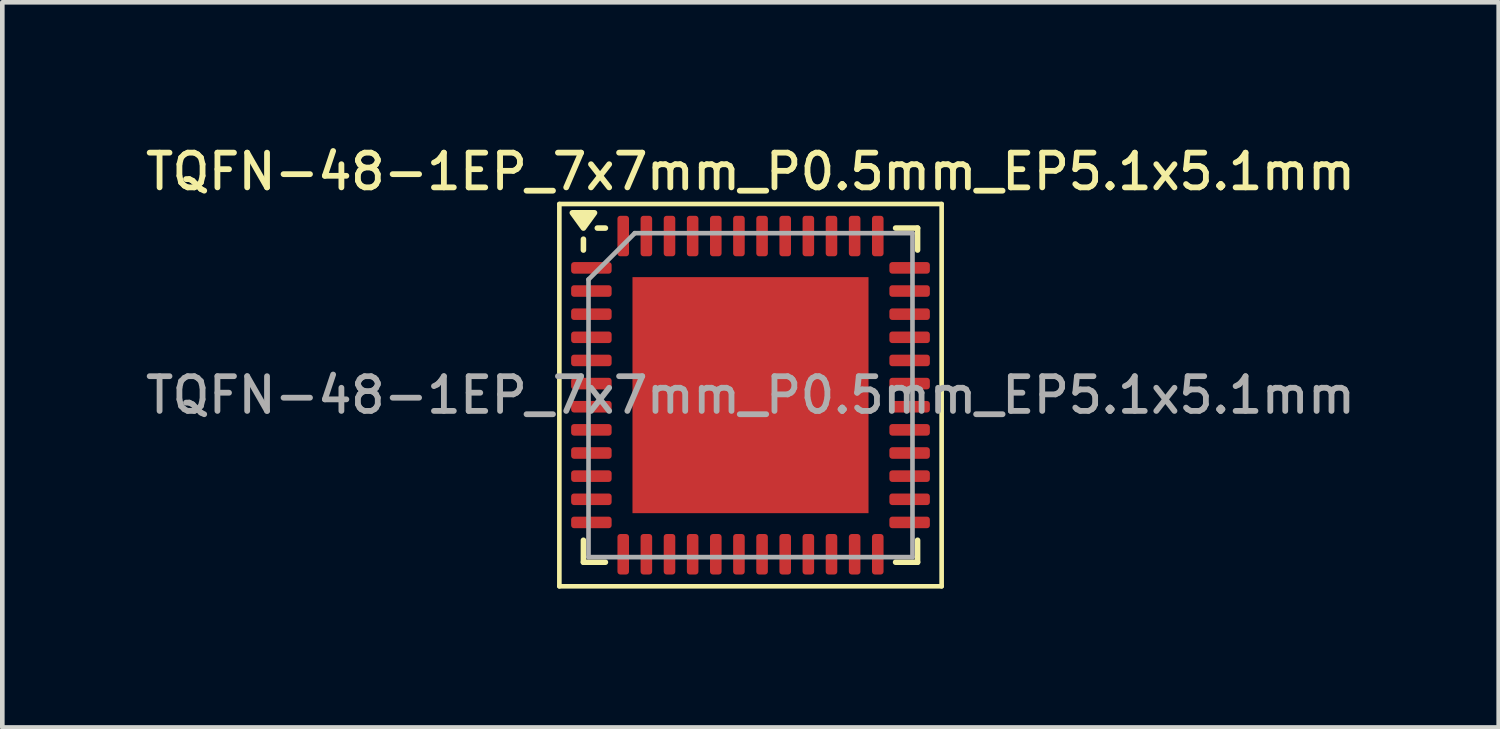
<source format=kicad_pcb>
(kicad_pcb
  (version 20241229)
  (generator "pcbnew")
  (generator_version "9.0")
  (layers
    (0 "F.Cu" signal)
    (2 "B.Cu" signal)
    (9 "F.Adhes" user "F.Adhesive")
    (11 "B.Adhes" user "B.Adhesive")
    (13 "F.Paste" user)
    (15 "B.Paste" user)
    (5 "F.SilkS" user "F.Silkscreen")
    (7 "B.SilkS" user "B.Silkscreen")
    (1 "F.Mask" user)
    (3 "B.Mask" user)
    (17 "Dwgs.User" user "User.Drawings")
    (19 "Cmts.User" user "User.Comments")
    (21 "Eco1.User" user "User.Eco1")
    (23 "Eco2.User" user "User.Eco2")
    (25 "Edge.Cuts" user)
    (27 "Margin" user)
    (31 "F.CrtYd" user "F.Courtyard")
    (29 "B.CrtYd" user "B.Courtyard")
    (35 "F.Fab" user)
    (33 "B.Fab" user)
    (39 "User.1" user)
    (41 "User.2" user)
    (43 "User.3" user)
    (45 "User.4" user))
  (footprint "TQFN-48-1EP_7x7mm_P0.5mm_EP5.1x5.1mm"
    (layer "F.Cu")
    (at 13.166 5.488)
    (property "Reference" "TQFN-48-1EP_7x7mm_P0.5mm_EP5.1x5.1mm" (at 0 -4.83 0) (layer "F.SilkS") (effects (font (size 0.75 0.75) (thickness 0.125))))
    (attr smd)
    (fp_line (start -4.13 -4.13) (end -4.13 4.13) (stroke (width 0.1) (type solid)) (layer "F.SilkS"))
    (fp_line (start -4.13 4.13) (end 4.13 4.13) (stroke (width 0.1) (type solid)) (layer "F.SilkS"))
    (fp_line (start -3.61 -3.135) (end -3.61 -3.37) (stroke (width 0.12) (type solid)) (layer "F.SilkS"))
    (fp_line (start -3.61 3.61) (end -3.61 3.135) (stroke (width 0.12) (type solid)) (layer "F.SilkS"))
    (fp_line (start -3.135 -3.61) (end -3.31 -3.61) (stroke (width 0.12) (type solid)) (layer "F.SilkS"))
    (fp_line (start -3.135 3.61) (end -3.61 3.61) (stroke (width 0.12) (type solid)) (layer "F.SilkS"))
    (fp_line (start 3.135 -3.61) (end 3.61 -3.61) (stroke (width 0.12) (type solid)) (layer "F.SilkS"))
    (fp_line (start 3.135 3.61) (end 3.61 3.61) (stroke (width 0.12) (type solid)) (layer "F.SilkS"))
    (fp_line (start 3.61 -3.61) (end 3.61 -3.135) (stroke (width 0.12) (type solid)) (layer "F.SilkS"))
    (fp_line (start 3.61 3.61) (end 3.61 3.135) (stroke (width 0.12) (type solid)) (layer "F.SilkS"))
    (fp_line (start 4.13 -4.13) (end -4.13 -4.13) (stroke (width 0.1) (type solid)) (layer "F.SilkS"))
    (fp_line (start 4.13 4.13) (end 4.13 -4.13) (stroke (width 0.1) (type solid)) (layer "F.SilkS"))
    (fp_poly (pts (xy -3.61 -3.61) (xy -3.85 -3.94) (xy -3.37 -3.94) (xy -3.61 -3.61)) (stroke (width 0.12) (type solid)) (fill yes) (layer "F.SilkS"))
    (fp_line (start -3.5 -2.5) (end -2.5 -3.5) (stroke (width 0.1) (type solid)) (layer "F.Fab"))
    (fp_line (start -3.5 3.5) (end -3.5 -2.5) (stroke (width 0.1) (type solid)) (layer "F.Fab"))
    (fp_line (start -2.5 -3.5) (end 3.5 -3.5) (stroke (width 0.1) (type solid)) (layer "F.Fab"))
    (fp_line (start 3.5 -3.5) (end 3.5 3.5) (stroke (width 0.1) (type solid)) (layer "F.Fab"))
    (fp_line (start 3.5 3.5) (end -3.5 3.5) (stroke (width 0.1) (type solid)) (layer "F.Fab"))
    (fp_text user "${REFERENCE}" (at 0 0 0) (layer "F.Fab") (effects (font (size 0.75 0.75) (thickness 0.125))))
    (pad "" smd roundrect (at -1.7 -1.7) (size 1.37 1.37) (layers "F.Paste") (roundrect_rratio 0.182))
    (pad "" smd roundrect (at -1.7 0) (size 1.37 1.37) (layers "F.Paste") (roundrect_rratio 0.182))
    (pad "" smd roundrect (at -1.7 1.7) (size 1.37 1.37) (layers "F.Paste") (roundrect_rratio 0.182))
    (pad "" smd roundrect (at 0 -1.7) (size 1.37 1.37) (layers "F.Paste") (roundrect_rratio 0.182))
    (pad "" smd roundrect (at 0 0) (size 1.37 1.37) (layers "F.Paste") (roundrect_rratio 0.182))
    (pad "" smd roundrect (at 0 1.7) (size 1.37 1.37) (layers "F.Paste") (roundrect_rratio 0.182))
    (pad "" smd roundrect (at 1.7 -1.7) (size 1.37 1.37) (layers "F.Paste") (roundrect_rratio 0.182))
    (pad "" smd roundrect (at 1.7 0) (size 1.37 1.37) (layers "F.Paste") (roundrect_rratio 0.182))
    (pad "" smd roundrect (at 1.7 1.7) (size 1.37 1.37) (layers "F.Paste") (roundrect_rratio 0.182))
    (pad "1" smd roundrect (at -3.438 -2.75) (size 0.875 0.25) (layers "F.Cu" "F.Mask" "F.Paste") (roundrect_rratio 0.25))
    (pad "2" smd roundrect (at -3.438 -2.25) (size 0.875 0.25) (layers "F.Cu" "F.Mask" "F.Paste") (roundrect_rratio 0.25))
    (pad "3" smd roundrect (at -3.438 -1.75) (size 0.875 0.25) (layers "F.Cu" "F.Mask" "F.Paste") (roundrect_rratio 0.25))
    (pad "4" smd roundrect (at -3.438 -1.25) (size 0.875 0.25) (layers "F.Cu" "F.Mask" "F.Paste") (roundrect_rratio 0.25))
    (pad "5" smd roundrect (at -3.438 -0.75) (size 0.875 0.25) (layers "F.Cu" "F.Mask" "F.Paste") (roundrect_rratio 0.25))
    (pad "6" smd roundrect (at -3.438 -0.25) (size 0.875 0.25) (layers "F.Cu" "F.Mask" "F.Paste") (roundrect_rratio 0.25))
    (pad "7" smd roundrect (at -3.438 0.25) (size 0.875 0.25) (layers "F.Cu" "F.Mask" "F.Paste") (roundrect_rratio 0.25))
    (pad "8" smd roundrect (at -3.438 0.75) (size 0.875 0.25) (layers "F.Cu" "F.Mask" "F.Paste") (roundrect_rratio 0.25))
    (pad "9" smd roundrect (at -3.438 1.25) (size 0.875 0.25) (layers "F.Cu" "F.Mask" "F.Paste") (roundrect_rratio 0.25))
    (pad "10" smd roundrect (at -3.438 1.75) (size 0.875 0.25) (layers "F.Cu" "F.Mask" "F.Paste") (roundrect_rratio 0.25))
    (pad "11" smd roundrect (at -3.438 2.25) (size 0.875 0.25) (layers "F.Cu" "F.Mask" "F.Paste") (roundrect_rratio 0.25))
    (pad "12" smd roundrect (at -3.438 2.75) (size 0.875 0.25) (layers "F.Cu" "F.Mask" "F.Paste") (roundrect_rratio 0.25))
    (pad "13" smd roundrect (at -2.75 3.438) (size 0.25 0.875) (layers "F.Cu" "F.Mask" "F.Paste") (roundrect_rratio 0.25))
    (pad "14" smd roundrect (at -2.25 3.438) (size 0.25 0.875) (layers "F.Cu" "F.Mask" "F.Paste") (roundrect_rratio 0.25))
    (pad "15" smd roundrect (at -1.75 3.438) (size 0.25 0.875) (layers "F.Cu" "F.Mask" "F.Paste") (roundrect_rratio 0.25))
    (pad "16" smd roundrect (at -1.25 3.438) (size 0.25 0.875) (layers "F.Cu" "F.Mask" "F.Paste") (roundrect_rratio 0.25))
    (pad "17" smd roundrect (at -0.75 3.438) (size 0.25 0.875) (layers "F.Cu" "F.Mask" "F.Paste") (roundrect_rratio 0.25))
    (pad "18" smd roundrect (at -0.25 3.438) (size 0.25 0.875) (layers "F.Cu" "F.Mask" "F.Paste") (roundrect_rratio 0.25))
    (pad "19" smd roundrect (at 0.25 3.438) (size 0.25 0.875) (layers "F.Cu" "F.Mask" "F.Paste") (roundrect_rratio 0.25))
    (pad "20" smd roundrect (at 0.75 3.438) (size 0.25 0.875) (layers "F.Cu" "F.Mask" "F.Paste") (roundrect_rratio 0.25))
    (pad "21" smd roundrect (at 1.25 3.438) (size 0.25 0.875) (layers "F.Cu" "F.Mask" "F.Paste") (roundrect_rratio 0.25))
    (pad "22" smd roundrect (at 1.75 3.438) (size 0.25 0.875) (layers "F.Cu" "F.Mask" "F.Paste") (roundrect_rratio 0.25))
    (pad "23" smd roundrect (at 2.25 3.438) (size 0.25 0.875) (layers "F.Cu" "F.Mask" "F.Paste") (roundrect_rratio 0.25))
    (pad "24" smd roundrect (at 2.75 3.438) (size 0.25 0.875) (layers "F.Cu" "F.Mask" "F.Paste") (roundrect_rratio 0.25))
    (pad "25" smd roundrect (at 3.438 2.75) (size 0.875 0.25) (layers "F.Cu" "F.Mask" "F.Paste") (roundrect_rratio 0.25))
    (pad "26" smd roundrect (at 3.438 2.25) (size 0.875 0.25) (layers "F.Cu" "F.Mask" "F.Paste") (roundrect_rratio 0.25))
    (pad "27" smd roundrect (at 3.438 1.75) (size 0.875 0.25) (layers "F.Cu" "F.Mask" "F.Paste") (roundrect_rratio 0.25))
    (pad "28" smd roundrect (at 3.438 1.25) (size 0.875 0.25) (layers "F.Cu" "F.Mask" "F.Paste") (roundrect_rratio 0.25))
    (pad "29" smd roundrect (at 3.438 0.75) (size 0.875 0.25) (layers "F.Cu" "F.Mask" "F.Paste") (roundrect_rratio 0.25))
    (pad "30" smd roundrect (at 3.438 0.25) (size 0.875 0.25) (layers "F.Cu" "F.Mask" "F.Paste") (roundrect_rratio 0.25))
    (pad "31" smd roundrect (at 3.438 -0.25) (size 0.875 0.25) (layers "F.Cu" "F.Mask" "F.Paste") (roundrect_rratio 0.25))
    (pad "32" smd roundrect (at 3.438 -0.75) (size 0.875 0.25) (layers "F.Cu" "F.Mask" "F.Paste") (roundrect_rratio 0.25))
    (pad "33" smd roundrect (at 3.438 -1.25) (size 0.875 0.25) (layers "F.Cu" "F.Mask" "F.Paste") (roundrect_rratio 0.25))
    (pad "34" smd roundrect (at 3.438 -1.75) (size 0.875 0.25) (layers "F.Cu" "F.Mask" "F.Paste") (roundrect_rratio 0.25))
    (pad "35" smd roundrect (at 3.438 -2.25) (size 0.875 0.25) (layers "F.Cu" "F.Mask" "F.Paste") (roundrect_rratio 0.25))
    (pad "36" smd roundrect (at 3.438 -2.75) (size 0.875 0.25) (layers "F.Cu" "F.Mask" "F.Paste") (roundrect_rratio 0.25))
    (pad "37" smd roundrect (at 2.75 -3.438) (size 0.25 0.875) (layers "F.Cu" "F.Mask" "F.Paste") (roundrect_rratio 0.25))
    (pad "38" smd roundrect (at 2.25 -3.438) (size 0.25 0.875) (layers "F.Cu" "F.Mask" "F.Paste") (roundrect_rratio 0.25))
    (pad "39" smd roundrect (at 1.75 -3.438) (size 0.25 0.875) (layers "F.Cu" "F.Mask" "F.Paste") (roundrect_rratio 0.25))
    (pad "40" smd roundrect (at 1.25 -3.438) (size 0.25 0.875) (layers "F.Cu" "F.Mask" "F.Paste") (roundrect_rratio 0.25))
    (pad "41" smd roundrect (at 0.75 -3.438) (size 0.25 0.875) (layers "F.Cu" "F.Mask" "F.Paste") (roundrect_rratio 0.25))
    (pad "42" smd roundrect (at 0.25 -3.438) (size 0.25 0.875) (layers "F.Cu" "F.Mask" "F.Paste") (roundrect_rratio 0.25))
    (pad "43" smd roundrect (at -0.25 -3.438) (size 0.25 0.875) (layers "F.Cu" "F.Mask" "F.Paste") (roundrect_rratio 0.25))
    (pad "44" smd roundrect (at -0.75 -3.438) (size 0.25 0.875) (layers "F.Cu" "F.Mask" "F.Paste") (roundrect_rratio 0.25))
    (pad "45" smd roundrect (at -1.25 -3.438) (size 0.25 0.875) (layers "F.Cu" "F.Mask" "F.Paste") (roundrect_rratio 0.25))
    (pad "46" smd roundrect (at -1.75 -3.438) (size 0.25 0.875) (layers "F.Cu" "F.Mask" "F.Paste") (roundrect_rratio 0.25))
    (pad "47" smd roundrect (at -2.25 -3.438) (size 0.25 0.875) (layers "F.Cu" "F.Mask" "F.Paste") (roundrect_rratio 0.25))
    (pad "48" smd roundrect (at -2.75 -3.438) (size 0.25 0.875) (layers "F.Cu" "F.Mask" "F.Paste") (roundrect_rratio 0.25))
    (pad "49" smd rect (at 0 0) (size 5.1 5.1) (property pad_prop_heatsink) (layers "F.Cu" "F.Mask")))
  (gr_rect
    (start -3 -3)
    (end 29.332 12.668)
    (stroke (width 0.1) (type default))
    (fill no)
    (layer "Edge.Cuts")))
</source>
